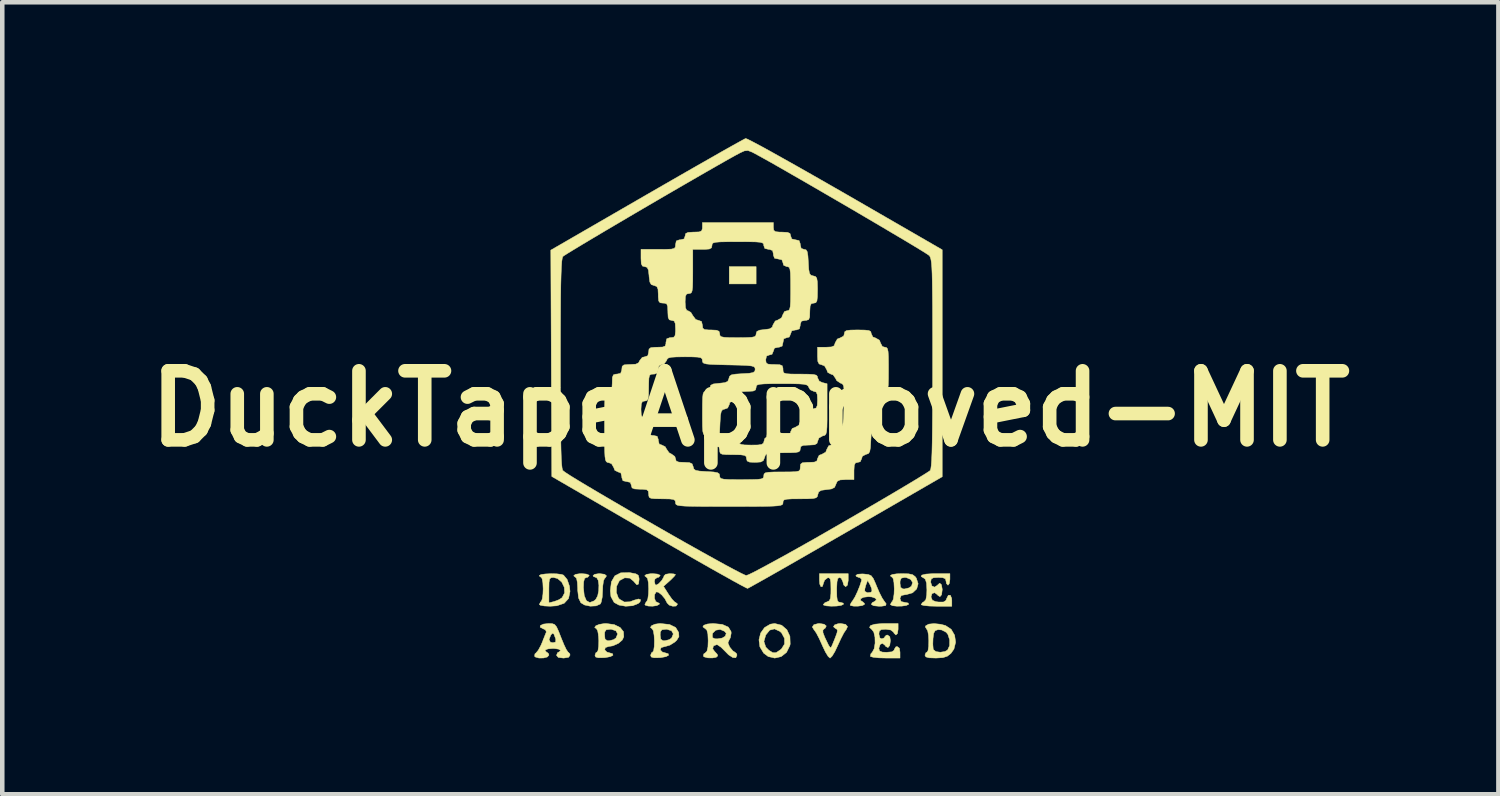
<source format=kicad_pcb>
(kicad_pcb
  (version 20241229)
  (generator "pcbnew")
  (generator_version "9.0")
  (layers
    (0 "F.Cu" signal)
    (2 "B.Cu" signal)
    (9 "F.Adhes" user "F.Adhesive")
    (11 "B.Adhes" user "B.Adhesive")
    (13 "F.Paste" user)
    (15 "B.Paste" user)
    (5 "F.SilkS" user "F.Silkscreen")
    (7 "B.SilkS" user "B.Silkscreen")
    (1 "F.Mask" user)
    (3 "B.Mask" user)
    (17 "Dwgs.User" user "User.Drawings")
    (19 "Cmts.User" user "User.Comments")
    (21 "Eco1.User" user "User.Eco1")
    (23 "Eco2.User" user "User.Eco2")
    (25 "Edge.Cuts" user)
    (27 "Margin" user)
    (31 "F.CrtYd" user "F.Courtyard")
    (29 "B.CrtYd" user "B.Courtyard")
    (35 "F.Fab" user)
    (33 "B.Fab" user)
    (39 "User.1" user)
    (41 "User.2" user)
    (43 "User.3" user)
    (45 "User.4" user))
  (footprint "DuckTapeApproved-MIT"
    (layer "F.Cu")
    (at 13.506 5.966)
    (property "Reference" "DuckTapeApproved-MIT" (at 0 0 0) (layer "F.SilkS") (effects (font (size 1.524 1.524) (thickness 0.3))))
    (attr through_hole)
    (fp_poly (pts (xy 0.127 -2.752) (xy -0.466 -2.752) (xy -0.466 -3.133) (xy 0.127 -3.133) (xy 0.127 -2.752)) (stroke (width 0.01) (type solid)) (fill yes) (layer "F.SilkS"))
    (fp_poly (pts (xy 0.69 4.779) (xy 0.806 4.879) (xy 0.873 5.024) (xy 0.879 5.194) (xy 0.871 5.229) (xy 0.798 5.378) (xy 0.68 5.471) (xy 0.538 5.504) (xy 0.394 5.47) (xy 0.294 5.395) (xy 0.21 5.255) (xy 0.195 5.137) (xy 0.299 5.137) (xy 0.34 5.262) (xy 0.407 5.33) (xy 0.494 5.385) (xy 0.568 5.384) (xy 0.659 5.324) (xy 0.688 5.3) (xy 0.754 5.194) (xy 0.753 5.068) (xy 0.689 4.949) (xy 0.652 4.915) (xy 0.533 4.86) (xy 0.427 4.887) (xy 0.34 4.994) (xy 0.299 5.137) (xy 0.195 5.137) (xy 0.19 5.101) (xy 0.227 4.952) (xy 0.313 4.831) (xy 0.44 4.756) (xy 0.537 4.741) (xy 0.69 4.779)) (stroke (width 0.01) (type solid)) (fill yes) (layer "F.SilkS"))
    (fp_poly (pts (xy -2.644 3.622) (xy -2.527 3.645) (xy -2.472 3.678) (xy -2.456 3.74) (xy -2.455 3.772) (xy -2.468 3.87) (xy -2.505 3.887) (xy -2.565 3.822) (xy -2.573 3.81) (xy -2.659 3.74) (xy -2.772 3.733) (xy -2.879 3.789) (xy -2.893 3.803) (xy -2.951 3.919) (xy -2.957 4.056) (xy -2.912 4.177) (xy -2.886 4.206) (xy -2.78 4.267) (xy -2.658 4.262) (xy -2.563 4.226) (xy -2.468 4.2) (xy -2.421 4.217) (xy -2.435 4.265) (xy -2.474 4.3) (xy -2.597 4.349) (xy -2.751 4.36) (xy -2.901 4.334) (xy -3.006 4.276) (xy -3.076 4.148) (xy -3.09 4.019) (xy -3.066 3.821) (xy -2.99 3.689) (xy -2.86 3.623) (xy -2.673 3.618) (xy -2.644 3.622)) (stroke (width 0.01) (type solid)) (fill yes) (layer "F.SilkS"))
    (fp_poly (pts (xy 2.159 3.792) (xy 2.142 3.895) (xy 2.102 3.929) (xy 2.06 3.891) (xy 2.04 3.817) (xy 2.005 3.744) (xy 1.966 3.725) (xy 1.931 3.746) (xy 1.912 3.82) (xy 1.905 3.959) (xy 1.905 4) (xy 1.908 4.149) (xy 1.919 4.232) (xy 1.946 4.268) (xy 1.992 4.276) (xy 2.051 4.292) (xy 2.053 4.318) (xy 2.002 4.342) (xy 1.902 4.356) (xy 1.785 4.359) (xy 1.68 4.352) (xy 1.616 4.334) (xy 1.609 4.323) (xy 1.644 4.283) (xy 1.693 4.263) (xy 1.741 4.24) (xy 1.766 4.187) (xy 1.777 4.083) (xy 1.778 3.98) (xy 1.775 3.836) (xy 1.762 3.759) (xy 1.735 3.732) (xy 1.704 3.733) (xy 1.64 3.782) (xy 1.616 3.842) (xy 1.591 3.923) (xy 1.558 3.93) (xy 1.531 3.871) (xy 1.524 3.789) (xy 1.524 3.641) (xy 2.159 3.641) (xy 2.159 3.792)) (stroke (width 0.01) (type solid)) (fill yes) (layer "F.SilkS"))
    (fp_poly (pts (xy -4.272 3.645) (xy -4.168 3.658) (xy -4.123 3.673) (xy -4.043 3.769) (xy -3.992 3.915) (xy -3.979 4.033) (xy -4.011 4.189) (xy -4.107 4.294) (xy -4.271 4.35) (xy -4.416 4.36) (xy -4.546 4.354) (xy -4.633 4.338) (xy -4.657 4.32) (xy -4.626 4.263) (xy -4.614 4.255) (xy -4.592 4.201) (xy -4.576 4.09) (xy -4.573 4.005) (xy -4.445 4.005) (xy -4.445 4.285) (xy -4.329 4.256) (xy -4.22 4.215) (xy -4.154 4.171) (xy -4.099 4.066) (xy -4.105 3.943) (xy -4.161 3.828) (xy -4.254 3.748) (xy -4.346 3.725) (xy -4.399 3.731) (xy -4.429 3.76) (xy -4.442 3.832) (xy -4.445 3.966) (xy -4.445 4.005) (xy -4.573 4.005) (xy -4.572 3.977) (xy -4.578 3.843) (xy -4.595 3.752) (xy -4.614 3.725) (xy -4.655 3.693) (xy -4.657 3.683) (xy -4.619 3.661) (xy -4.524 3.648) (xy -4.399 3.642) (xy -4.272 3.645)) (stroke (width 0.01) (type solid)) (fill yes) (layer "F.SilkS"))
    (fp_poly (pts (xy 2.101 4.76) (xy 2.144 4.809) (xy 2.112 4.879) (xy 2.107 4.884) (xy 2.062 4.95) (xy 2 5.07) (xy 1.932 5.217) (xy 1.93 5.222) (xy 1.865 5.36) (xy 1.804 5.46) (xy 1.76 5.503) (xy 1.757 5.503) (xy 1.716 5.467) (xy 1.657 5.371) (xy 1.592 5.235) (xy 1.585 5.218) (xy 1.518 5.07) (xy 1.455 4.95) (xy 1.409 4.884) (xy 1.406 4.882) (xy 1.367 4.818) (xy 1.402 4.767) (xy 1.499 4.742) (xy 1.524 4.741) (xy 1.628 4.757) (xy 1.675 4.795) (xy 1.653 4.842) (xy 1.632 4.856) (xy 1.601 4.887) (xy 1.602 4.942) (xy 1.64 5.041) (xy 1.669 5.102) (xy 1.726 5.22) (xy 1.761 5.271) (xy 1.785 5.263) (xy 1.811 5.207) (xy 1.876 5.046) (xy 1.912 4.947) (xy 1.921 4.892) (xy 1.907 4.865) (xy 1.879 4.851) (xy 1.834 4.813) (xy 1.857 4.773) (xy 1.934 4.746) (xy 1.99 4.741) (xy 2.101 4.76)) (stroke (width 0.01) (type solid)) (fill yes) (layer "F.SilkS"))
    (fp_poly (pts (xy 4.198 4.758) (xy 4.306 4.786) (xy 4.431 4.869) (xy 4.507 5) (xy 4.529 5.154) (xy 4.492 5.305) (xy 4.426 5.399) (xy 4.345 5.463) (xy 4.248 5.494) (xy 4.101 5.503) (xy 4.087 5.503) (xy 3.946 5.498) (xy 3.873 5.478) (xy 3.852 5.44) (xy 3.875 5.383) (xy 3.895 5.376) (xy 3.92 5.339) (xy 3.934 5.245) (xy 3.935 5.202) (xy 4.026 5.202) (xy 4.034 5.299) (xy 4.039 5.318) (xy 4.094 5.361) (xy 4.192 5.375) (xy 4.294 5.359) (xy 4.352 5.326) (xy 4.396 5.23) (xy 4.397 5.103) (xy 4.359 4.983) (xy 4.321 4.935) (xy 4.222 4.883) (xy 4.142 4.876) (xy 4.078 4.898) (xy 4.045 4.956) (xy 4.03 5.074) (xy 4.026 5.202) (xy 3.935 5.202) (xy 3.937 5.123) (xy 3.93 4.999) (xy 3.913 4.902) (xy 3.887 4.859) (xy 3.86 4.816) (xy 3.869 4.792) (xy 3.935 4.755) (xy 4.054 4.743) (xy 4.198 4.758)) (stroke (width 0.01) (type solid)) (fill yes) (layer "F.SilkS"))
    (fp_poly (pts (xy -3.004 4.765) (xy -2.873 4.829) (xy -2.799 4.922) (xy -2.793 5.034) (xy -2.826 5.105) (xy -2.91 5.178) (xy -3.033 5.233) (xy -3.13 5.249) (xy -3.201 5.273) (xy -3.213 5.324) (xy -3.166 5.371) (xy -3.122 5.384) (xy -3.04 5.408) (xy -3.031 5.441) (xy -3.089 5.472) (xy -3.203 5.493) (xy -3.228 5.495) (xy -3.354 5.497) (xy -3.414 5.48) (xy -3.429 5.442) (xy -3.407 5.384) (xy -3.387 5.376) (xy -3.362 5.339) (xy -3.348 5.245) (xy -3.344 5.123) (xy -3.352 4.999) (xy -3.352 4.995) (xy -3.217 4.995) (xy -3.206 5.086) (xy -3.157 5.12) (xy -3.117 5.122) (xy -3.016 5.097) (xy -2.964 5.059) (xy -2.928 4.971) (xy -2.966 4.902) (xy -3.066 4.869) (xy -3.089 4.868) (xy -3.18 4.879) (xy -3.213 4.927) (xy -3.217 4.995) (xy -3.352 4.995) (xy -3.369 4.902) (xy -3.394 4.859) (xy -3.435 4.827) (xy -3.409 4.791) (xy -3.332 4.76) (xy -3.22 4.742) (xy -3.182 4.741) (xy -3.004 4.765)) (stroke (width 0.01) (type solid)) (fill yes) (layer "F.SilkS"))
    (fp_poly (pts (xy -3.216 3.655) (xy -3.174 3.691) (xy -3.206 3.739) (xy -3.217 3.747) (xy -3.24 3.8) (xy -3.256 3.911) (xy -3.26 4.016) (xy -3.268 4.157) (xy -3.29 4.267) (xy -3.31 4.31) (xy -3.403 4.352) (xy -3.532 4.359) (xy -3.659 4.332) (xy -3.74 4.283) (xy -3.79 4.179) (xy -3.81 4.005) (xy -3.81 3.965) (xy -3.817 3.836) (xy -3.834 3.748) (xy -3.852 3.725) (xy -3.893 3.693) (xy -3.895 3.683) (xy -3.857 3.656) (xy -3.763 3.642) (xy -3.725 3.641) (xy -3.619 3.65) (xy -3.56 3.674) (xy -3.556 3.683) (xy -3.59 3.721) (xy -3.619 3.725) (xy -3.658 3.747) (xy -3.678 3.822) (xy -3.683 3.95) (xy -3.665 4.126) (xy -3.617 4.238) (xy -3.543 4.278) (xy -3.449 4.242) (xy -3.411 4.209) (xy -3.369 4.131) (xy -3.346 4.017) (xy -3.342 3.894) (xy -3.357 3.789) (xy -3.391 3.73) (xy -3.408 3.725) (xy -3.464 3.702) (xy -3.471 3.683) (xy -3.434 3.655) (xy -3.343 3.641) (xy -3.323 3.641) (xy -3.216 3.655)) (stroke (width 0.01) (type solid)) (fill yes) (layer "F.SilkS"))
    (fp_poly (pts (xy -1.783 4.763) (xy -1.648 4.829) (xy -1.582 4.938) (xy -1.576 5.031) (xy -1.625 5.111) (xy -1.668 5.151) (xy -1.775 5.218) (xy -1.88 5.249) (xy -1.886 5.249) (xy -1.969 5.273) (xy -1.987 5.324) (xy -1.94 5.372) (xy -1.894 5.384) (xy -1.812 5.408) (xy -1.804 5.441) (xy -1.861 5.472) (xy -1.975 5.493) (xy -2 5.495) (xy -2.126 5.497) (xy -2.187 5.48) (xy -2.201 5.442) (xy -2.179 5.384) (xy -2.159 5.376) (xy -2.134 5.339) (xy -2.12 5.245) (xy -2.117 5.123) (xy -2.124 4.999) (xy -2.125 4.995) (xy -1.99 4.995) (xy -1.978 5.086) (xy -1.93 5.12) (xy -1.889 5.122) (xy -1.788 5.097) (xy -1.736 5.059) (xy -1.7 4.971) (xy -1.738 4.902) (xy -1.838 4.869) (xy -1.861 4.868) (xy -1.952 4.879) (xy -1.986 4.927) (xy -1.99 4.995) (xy -2.125 4.995) (xy -2.141 4.902) (xy -2.166 4.859) (xy -2.205 4.826) (xy -2.178 4.788) (xy -2.103 4.756) (xy -1.998 4.741) (xy -1.99 4.741) (xy -1.783 4.763)) (stroke (width 0.01) (type solid)) (fill yes) (layer "F.SilkS"))
    (fp_poly (pts (xy 3.491 3.645) (xy 3.58 3.664) (xy 3.636 3.706) (xy 3.662 3.741) (xy 3.702 3.864) (xy 3.67 3.978) (xy 3.579 4.064) (xy 3.439 4.104) (xy 3.418 4.105) (xy 3.33 4.123) (xy 3.302 4.182) (xy 3.302 4.191) (xy 3.326 4.257) (xy 3.41 4.276) (xy 3.482 4.289) (xy 3.493 4.318) (xy 3.44 4.343) (xy 3.343 4.357) (xy 3.232 4.359) (xy 3.137 4.348) (xy 3.091 4.325) (xy 3.09 4.32) (xy 3.121 4.263) (xy 3.133 4.255) (xy 3.155 4.201) (xy 3.171 4.09) (xy 3.175 3.977) (xy 3.169 3.852) (xy 3.302 3.852) (xy 3.314 3.943) (xy 3.362 3.977) (xy 3.403 3.979) (xy 3.504 3.954) (xy 3.556 3.916) (xy 3.58 3.837) (xy 3.537 3.768) (xy 3.443 3.728) (xy 3.403 3.725) (xy 3.33 3.74) (xy 3.304 3.801) (xy 3.302 3.852) (xy 3.169 3.852) (xy 3.169 3.843) (xy 3.152 3.752) (xy 3.133 3.725) (xy 3.092 3.693) (xy 3.09 3.683) (xy 3.129 3.66) (xy 3.229 3.645) (xy 3.343 3.641) (xy 3.491 3.645)) (stroke (width 0.01) (type solid)) (fill yes) (layer "F.SilkS"))
    (fp_poly (pts (xy 3.26 4.868) (xy 3.245 4.964) (xy 3.21 4.994) (xy 3.168 4.952) (xy 3.16 4.932) (xy 3.098 4.884) (xy 2.986 4.868) (xy 2.885 4.876) (xy 2.844 4.911) (xy 2.836 4.974) (xy 2.858 5.059) (xy 2.9 5.08) (xy 2.956 5.057) (xy 2.963 5.038) (xy 2.998 5) (xy 3.027 4.995) (xy 3.077 5.033) (xy 3.09 5.12) (xy 3.075 5.226) (xy 3.037 5.272) (xy 2.987 5.247) (xy 2.972 5.223) (xy 2.917 5.179) (xy 2.864 5.202) (xy 2.837 5.281) (xy 2.836 5.294) (xy 2.851 5.348) (xy 2.911 5.372) (xy 3.006 5.376) (xy 3.123 5.366) (xy 3.172 5.331) (xy 3.175 5.313) (xy 3.209 5.257) (xy 3.239 5.249) (xy 3.289 5.287) (xy 3.302 5.376) (xy 3.302 5.503) (xy 2.987 5.503) (xy 2.832 5.499) (xy 2.712 5.486) (xy 2.651 5.469) (xy 2.649 5.466) (xy 2.657 5.412) (xy 2.689 5.376) (xy 2.732 5.297) (xy 2.752 5.175) (xy 2.749 5.042) (xy 2.723 4.93) (xy 2.682 4.876) (xy 2.629 4.826) (xy 2.653 4.785) (xy 2.748 4.756) (xy 2.908 4.742) (xy 2.966 4.741) (xy 3.26 4.741) (xy 3.26 4.868)) (stroke (width 0.01) (type solid)) (fill yes) (layer "F.SilkS"))
    (fp_poly (pts (xy -0.62 4.761) (xy -0.486 4.82) (xy -0.427 4.916) (xy -0.423 4.951) (xy -0.441 5.054) (xy -0.472 5.112) (xy -0.495 5.169) (xy -0.459 5.254) (xy -0.45 5.268) (xy -0.387 5.345) (xy -0.338 5.376) (xy -0.301 5.411) (xy -0.296 5.44) (xy -0.321 5.497) (xy -0.387 5.492) (xy -0.48 5.432) (xy -0.556 5.355) (xy -0.645 5.266) (xy -0.72 5.214) (xy -0.743 5.207) (xy -0.815 5.236) (xy -0.83 5.301) (xy -0.79 5.356) (xy -0.732 5.419) (xy -0.72 5.455) (xy -0.755 5.487) (xy -0.84 5.501) (xy -0.938 5.499) (xy -1.017 5.478) (xy -1.037 5.461) (xy -1.028 5.412) (xy -0.998 5.393) (xy -0.957 5.352) (xy -0.936 5.259) (xy -0.931 5.122) (xy -0.937 4.985) (xy -0.839 4.985) (xy -0.835 5.053) (xy -0.782 5.078) (xy -0.728 5.08) (xy -0.621 5.062) (xy -0.555 5.022) (xy -0.532 4.96) (xy -0.569 4.913) (xy -0.666 4.872) (xy -0.764 4.889) (xy -0.83 4.953) (xy -0.839 4.985) (xy -0.937 4.985) (xy -0.938 4.97) (xy -0.961 4.885) (xy -0.998 4.852) (xy -1.048 4.815) (xy -1.026 4.779) (xy -0.946 4.752) (xy -0.825 4.741) (xy -0.62 4.761)) (stroke (width 0.01) (type solid)) (fill yes) (layer "F.SilkS"))
    (fp_poly (pts (xy 2.506 3.649) (xy 2.603 3.66) (xy 2.666 3.687) (xy 2.713 3.749) (xy 2.765 3.866) (xy 2.785 3.916) (xy 2.847 4.06) (xy 2.907 4.178) (xy 2.946 4.237) (xy 2.997 4.307) (xy 2.984 4.345) (xy 2.898 4.359) (xy 2.836 4.36) (xy 2.721 4.349) (xy 2.669 4.32) (xy 2.689 4.281) (xy 2.733 4.259) (xy 2.781 4.221) (xy 2.759 4.183) (xy 2.681 4.155) (xy 2.603 4.149) (xy 2.496 4.162) (xy 2.434 4.195) (xy 2.433 4.234) (xy 2.474 4.259) (xy 2.519 4.299) (xy 2.516 4.322) (xy 2.466 4.346) (xy 2.376 4.358) (xy 2.28 4.358) (xy 2.213 4.345) (xy 2.201 4.332) (xy 2.226 4.28) (xy 2.258 4.237) (xy 2.307 4.158) (xy 2.364 4.038) (xy 2.386 3.984) (xy 2.524 3.984) (xy 2.526 4.032) (xy 2.583 4.062) (xy 2.656 4.053) (xy 2.682 4.032) (xy 2.678 3.975) (xy 2.645 3.894) (xy 2.588 3.789) (xy 2.548 3.895) (xy 2.524 3.984) (xy 2.386 3.984) (xy 2.416 3.908) (xy 2.45 3.803) (xy 2.455 3.767) (xy 2.421 3.73) (xy 2.392 3.725) (xy 2.336 3.701) (xy 2.328 3.681) (xy 2.367 3.654) (xy 2.468 3.647) (xy 2.506 3.649)) (stroke (width 0.01) (type solid)) (fill yes) (layer "F.SilkS"))
    (fp_poly (pts (xy 4.403 3.768) (xy 4.39 3.857) (xy 4.361 3.895) (xy 4.36 3.895) (xy 4.326 3.859) (xy 4.318 3.81) (xy 4.304 3.755) (xy 4.246 3.73) (xy 4.149 3.725) (xy 4.04 3.731) (xy 3.991 3.758) (xy 3.979 3.822) (xy 3.979 3.831) (xy 4.005 3.912) (xy 4.063 3.939) (xy 4.124 3.9) (xy 4.128 3.895) (xy 4.177 3.851) (xy 4.215 3.883) (xy 4.233 3.981) (xy 4.233 4) (xy 4.219 4.107) (xy 4.183 4.149) (xy 4.135 4.118) (xy 4.128 4.106) (xy 4.066 4.061) (xy 4.008 4.081) (xy 3.986 4.153) (xy 3.987 4.159) (xy 4.015 4.227) (xy 4.09 4.259) (xy 4.154 4.267) (xy 4.261 4.267) (xy 4.314 4.233) (xy 4.33 4.193) (xy 4.368 4.118) (xy 4.412 4.117) (xy 4.441 4.184) (xy 4.445 4.233) (xy 4.445 4.36) (xy 4.106 4.36) (xy 3.949 4.356) (xy 3.831 4.344) (xy 3.771 4.328) (xy 3.768 4.323) (xy 3.801 4.276) (xy 3.831 4.26) (xy 3.872 4.215) (xy 3.891 4.11) (xy 3.895 4) (xy 3.887 3.848) (xy 3.86 3.764) (xy 3.831 3.741) (xy 3.768 3.703) (xy 3.783 3.673) (xy 3.873 3.651) (xy 4.03 3.641) (xy 4.085 3.641) (xy 4.403 3.641) (xy 4.403 3.768)) (stroke (width 0.01) (type solid)) (fill yes) (layer "F.SilkS"))
    (fp_poly (pts (xy -4.373 4.744) (xy -4.319 4.763) (xy -4.276 4.815) (xy -4.23 4.916) (xy -4.174 5.059) (xy -4.113 5.207) (xy -4.06 5.318) (xy -4.022 5.373) (xy -4.016 5.376) (xy -3.983 5.411) (xy -3.979 5.44) (xy -4.011 5.487) (xy -4.114 5.503) (xy -4.128 5.503) (xy -4.237 5.49) (xy -4.275 5.446) (xy -4.276 5.44) (xy -4.253 5.383) (xy -4.233 5.376) (xy -4.192 5.344) (xy -4.191 5.334) (xy -4.229 5.307) (xy -4.322 5.293) (xy -4.36 5.292) (xy -4.466 5.301) (xy -4.525 5.325) (xy -4.53 5.334) (xy -4.497 5.375) (xy -4.487 5.376) (xy -4.45 5.411) (xy -4.445 5.44) (xy -4.481 5.48) (xy -4.565 5.502) (xy -4.664 5.503) (xy -4.742 5.481) (xy -4.761 5.464) (xy -4.753 5.411) (xy -4.729 5.39) (xy -4.68 5.332) (xy -4.622 5.225) (xy -4.596 5.165) (xy -4.568 5.095) (xy -4.442 5.095) (xy -4.413 5.153) (xy -4.357 5.165) (xy -4.296 5.15) (xy -4.293 5.09) (xy -4.299 5.069) (xy -4.335 4.974) (xy -4.368 4.955) (xy -4.404 4.997) (xy -4.442 5.095) (xy -4.568 5.095) (xy -4.548 5.043) (xy -4.511 4.951) (xy -4.501 4.927) (xy -4.521 4.881) (xy -4.574 4.856) (xy -4.638 4.822) (xy -4.632 4.785) (xy -4.566 4.754) (xy -4.452 4.741) (xy -4.373 4.744)) (stroke (width 0.01) (type solid)) (fill yes) (layer "F.SilkS"))
    (fp_poly (pts (xy -1.689 3.647) (xy -1.651 3.662) (xy -1.651 3.662) (xy -1.68 3.701) (xy -1.751 3.773) (xy -1.784 3.803) (xy -1.916 3.921) (xy -1.804 4.098) (xy -1.732 4.201) (xy -1.671 4.265) (xy -1.65 4.276) (xy -1.61 4.308) (xy -1.609 4.318) (xy -1.64 4.356) (xy -1.712 4.36) (xy -1.79 4.335) (xy -1.838 4.286) (xy -1.839 4.283) (xy -1.886 4.193) (xy -1.957 4.108) (xy -2.03 4.051) (xy -2.077 4.044) (xy -2.113 4.103) (xy -2.115 4.187) (xy -2.087 4.257) (xy -2.051 4.276) (xy -2.007 4.296) (xy -2.011 4.318) (xy -2.064 4.346) (xy -2.156 4.359) (xy -2.252 4.356) (xy -2.317 4.337) (xy -2.328 4.32) (xy -2.298 4.263) (xy -2.286 4.255) (xy -2.263 4.201) (xy -2.248 4.09) (xy -2.244 3.977) (xy -2.25 3.843) (xy -2.267 3.752) (xy -2.286 3.725) (xy -2.327 3.693) (xy -2.328 3.683) (xy -2.291 3.656) (xy -2.197 3.642) (xy -2.159 3.641) (xy -2.053 3.65) (xy -1.994 3.674) (xy -1.99 3.683) (xy -2.024 3.721) (xy -2.053 3.725) (xy -2.105 3.761) (xy -2.117 3.81) (xy -2.102 3.879) (xy -2.081 3.895) (xy -2.022 3.863) (xy -1.955 3.791) (xy -1.91 3.714) (xy -1.905 3.69) (xy -1.868 3.655) (xy -1.78 3.641) (xy -1.778 3.641) (xy -1.689 3.647)) (stroke (width 0.01) (type solid)) (fill yes) (layer "F.SilkS"))
    (fp_poly (pts (xy -0.057 -5.943) (xy 0.055 -5.886) (xy 0.228 -5.794) (xy 0.454 -5.67) (xy 0.726 -5.518) (xy 1.039 -5.342) (xy 1.385 -5.146) (xy 1.757 -4.933) (xy 2.094 -4.74) (xy 4.233 -3.505) (xy 4.233 -1.001) (xy 4.233 1.503) (xy 2.108 2.731) (xy 1.719 2.955) (xy 1.352 3.166) (xy 1.013 3.361) (xy 0.709 3.535) (xy 0.445 3.685) (xy 0.23 3.806) (xy 0.069 3.896) (xy -0.03 3.951) (xy -0.062 3.967) (xy -0.105 3.947) (xy -0.216 3.889) (xy -0.386 3.796) (xy -0.609 3.671) (xy -0.88 3.519) (xy -1.191 3.342) (xy -1.535 3.145) (xy -1.906 2.931) (xy -2.244 2.736) (xy -4.381 1.497) (xy -4.392 -0.995) (xy -4.191 -0.995) (xy -4.191 -0.468) (xy -4.189 -0.02) (xy -4.187 0.354) (xy -4.183 0.66) (xy -4.178 0.903) (xy -4.172 1.089) (xy -4.164 1.223) (xy -4.154 1.311) (xy -4.142 1.358) (xy -4.138 1.365) (xy -4.088 1.404) (xy -3.973 1.479) (xy -3.801 1.585) (xy -3.581 1.717) (xy -3.321 1.871) (xy -3.029 2.042) (xy -2.714 2.226) (xy -2.383 2.416) (xy -2.046 2.609) (xy -1.711 2.801) (xy -1.386 2.985) (xy -1.079 3.157) (xy -0.798 3.313) (xy -0.553 3.448) (xy -0.351 3.556) (xy -0.201 3.634) (xy -0.111 3.676) (xy -0.09 3.682) (xy -0.035 3.662) (xy 0.086 3.603) (xy 0.266 3.508) (xy 0.497 3.383) (xy 0.773 3.232) (xy 1.086 3.057) (xy 1.43 2.863) (xy 1.796 2.653) (xy 1.963 2.557) (xy 2.336 2.341) (xy 2.688 2.136) (xy 3.011 1.947) (xy 3.299 1.777) (xy 3.545 1.63) (xy 3.741 1.511) (xy 3.881 1.424) (xy 3.957 1.374) (xy 3.969 1.364) (xy 3.981 1.329) (xy 3.991 1.256) (xy 4 1.138) (xy 4.007 0.971) (xy 4.012 0.748) (xy 4.016 0.465) (xy 4.019 0.115) (xy 4.021 -0.307) (xy 4.022 -0.806) (xy 4.022 -0.998) (xy 4.022 -1.499) (xy 4.021 -1.923) (xy 4.02 -2.275) (xy 4.017 -2.563) (xy 4.014 -2.794) (xy 4.01 -2.975) (xy 4.004 -3.112) (xy 3.996 -3.212) (xy 3.986 -3.282) (xy 3.974 -3.329) (xy 3.96 -3.36) (xy 3.948 -3.377) (xy 3.901 -3.41) (xy 3.79 -3.48) (xy 3.622 -3.582) (xy 3.406 -3.712) (xy 3.149 -3.864) (xy 2.862 -4.034) (xy 2.551 -4.217) (xy 2.226 -4.408) (xy 1.894 -4.601) (xy 1.564 -4.793) (xy 1.245 -4.978) (xy 0.944 -5.151) (xy 0.671 -5.308) (xy 0.434 -5.443) (xy 0.24 -5.551) (xy 0.099 -5.628) (xy 0.04 -5.659) (xy -0.052 -5.695) (xy -0.132 -5.687) (xy -0.22 -5.647) (xy -0.335 -5.586) (xy -0.505 -5.491) (xy -0.723 -5.367) (xy -0.98 -5.22) (xy -1.268 -5.054) (xy -1.579 -4.874) (xy -1.905 -4.685) (xy -2.237 -4.491) (xy -2.567 -4.298) (xy -2.886 -4.11) (xy -3.187 -3.933) (xy -3.461 -3.77) (xy -3.699 -3.628) (xy -3.894 -3.51) (xy -4.038 -3.422) (xy -4.121 -3.369) (xy -4.138 -3.355) (xy -4.15 -3.32) (xy -4.161 -3.247) (xy -4.169 -3.128) (xy -4.176 -2.96) (xy -4.182 -2.736) (xy -4.186 -2.452) (xy -4.188 -2.101) (xy -4.19 -1.678) (xy -4.191 -1.178) (xy -4.191 -0.995) (xy -4.392 -0.995) (xy -4.392 -1) (xy -4.403 -3.497) (xy -2.282 -4.723) (xy -1.893 -4.947) (xy -1.526 -5.158) (xy -1.186 -5.353) (xy -0.88 -5.527) (xy -0.616 -5.678) (xy -0.399 -5.8) (xy -0.237 -5.89) (xy -0.136 -5.945) (xy -0.103 -5.961) (xy -0.057 -5.943)) (stroke (width 0.01) (type solid)) (fill yes) (layer "F.SilkS"))
    (fp_poly (pts (xy 0.508 -4) (xy 0.516 -3.935) (xy 0.555 -3.904) (xy 0.647 -3.895) (xy 0.699 -3.895) (xy 0.818 -3.889) (xy 0.874 -3.866) (xy 0.889 -3.816) (xy 0.889 -3.81) (xy 0.914 -3.744) (xy 0.995 -3.725) (xy 1.075 -3.708) (xy 1.1 -3.639) (xy 1.101 -3.619) (xy 1.121 -3.536) (xy 1.183 -3.514) (xy 1.228 -3.504) (xy 1.255 -3.462) (xy 1.27 -3.371) (xy 1.279 -3.228) (xy 1.288 -3.075) (xy 1.304 -2.987) (xy 1.333 -2.945) (xy 1.383 -2.929) (xy 1.386 -2.929) (xy 1.437 -2.915) (xy 1.465 -2.878) (xy 1.478 -2.8) (xy 1.482 -2.66) (xy 1.482 -2.622) (xy 1.479 -2.467) (xy 1.469 -2.379) (xy 1.445 -2.338) (xy 1.402 -2.328) (xy 1.397 -2.328) (xy 1.344 -2.316) (xy 1.319 -2.264) (xy 1.312 -2.152) (xy 1.312 -2.138) (xy 1.308 -2.02) (xy 1.286 -1.965) (xy 1.235 -1.948) (xy 1.206 -1.947) (xy 1.126 -1.93) (xy 1.101 -1.861) (xy 1.101 -1.841) (xy 1.083 -1.761) (xy 1.014 -1.736) (xy 0.995 -1.736) (xy 0.912 -1.716) (xy 0.889 -1.651) (xy 0.859 -1.58) (xy 0.804 -1.566) (xy 0.738 -1.542) (xy 0.72 -1.46) (xy 0.702 -1.38) (xy 0.633 -1.355) (xy 0.614 -1.355) (xy 0.531 -1.335) (xy 0.508 -1.27) (xy 0.478 -1.199) (xy 0.423 -1.185) (xy 0.357 -1.161) (xy 0.339 -1.079) (xy 0.347 -1.014) (xy 0.385 -0.983) (xy 0.478 -0.974) (xy 0.529 -0.974) (xy 0.647 -0.969) (xy 0.702 -0.948) (xy 0.719 -0.896) (xy 0.72 -0.868) (xy 0.723 -0.818) (xy 0.743 -0.787) (xy 0.796 -0.77) (xy 0.899 -0.763) (xy 1.067 -0.762) (xy 1.101 -0.762) (xy 1.282 -0.76) (xy 1.395 -0.753) (xy 1.455 -0.738) (xy 1.479 -0.71) (xy 1.482 -0.682) (xy 1.52 -0.607) (xy 1.587 -0.575) (xy 1.693 -0.549) (xy 1.693 0.019) (xy 1.693 0.248) (xy 1.69 0.405) (xy 1.682 0.505) (xy 1.667 0.562) (xy 1.643 0.589) (xy 1.607 0.599) (xy 1.598 0.6) (xy 1.512 0.649) (xy 1.489 0.709) (xy 1.469 0.769) (xy 1.415 0.797) (xy 1.304 0.804) (xy 1.288 0.804) (xy 1.17 0.81) (xy 1.115 0.834) (xy 1.101 0.885) (xy 1.101 0.889) (xy 1.094 0.929) (xy 1.064 0.954) (xy 0.995 0.968) (xy 0.87 0.973) (xy 0.72 0.974) (xy 0.54 0.975) (xy 0.426 0.981) (xy 0.363 0.997) (xy 0.331 1.027) (xy 0.314 1.077) (xy 0.314 1.079) (xy 0.286 1.146) (xy 0.23 1.177) (xy 0.12 1.185) (xy 0.101 1.185) (xy -0.016 1.18) (xy -0.071 1.155) (xy -0.085 1.103) (xy -0.085 1.101) (xy -0.093 1.056) (xy -0.129 1.031) (xy -0.211 1.019) (xy -0.357 1.016) (xy -0.381 1.016) (xy -0.536 1.014) (xy -0.624 1.005) (xy -0.665 0.982) (xy -0.677 0.938) (xy -0.677 0.91) (xy -0.698 0.826) (xy -0.757 0.804) (xy -0.833 0.766) (xy -0.864 0.699) (xy -0.916 0.611) (xy -0.974 0.593) (xy -0.681 0.593) (xy -0.49 0.593) (xy -0.369 0.598) (xy -0.306 0.624) (xy -0.276 0.682) (xy -0.271 0.699) (xy -0.25 0.756) (xy -0.21 0.788) (xy -0.129 0.801) (xy 0.014 0.804) (xy 0.023 0.804) (xy 0.169 0.802) (xy 0.252 0.789) (xy 0.29 0.76) (xy 0.304 0.709) (xy 0.319 0.658) (xy 0.359 0.628) (xy 0.444 0.611) (xy 0.592 0.602) (xy 0.603 0.601) (xy 0.757 0.592) (xy 0.844 0.575) (xy 0.882 0.547) (xy 0.889 0.509) (xy 0.925 0.437) (xy 0.984 0.416) (xy 1.07 0.367) (xy 1.093 0.307) (xy 1.135 0.227) (xy 1.187 0.212) (xy 1.263 0.173) (xy 1.295 0.106) (xy 1.346 0.019) (xy 1.402 0) (xy 1.452 -0.014) (xy 1.476 -0.07) (xy 1.482 -0.19) (xy 1.482 -0.191) (xy 1.476 -0.31) (xy 1.453 -0.366) (xy 1.402 -0.381) (xy 1.4 -0.381) (xy 1.322 -0.416) (xy 1.291 -0.466) (xy 1.275 -0.5) (xy 1.242 -0.523) (xy 1.18 -0.538) (xy 1.073 -0.546) (xy 0.908 -0.55) (xy 0.696 -0.55) (xy 0.467 -0.55) (xy 0.309 -0.546) (xy 0.21 -0.538) (xy 0.155 -0.524) (xy 0.132 -0.5) (xy 0.127 -0.467) (xy 0.127 -0.466) (xy 0.114 -0.413) (xy 0.063 -0.388) (xy -0.05 -0.381) (xy -0.063 -0.381) (xy -0.183 -0.375) (xy -0.245 -0.349) (xy -0.275 -0.289) (xy -0.279 -0.275) (xy -0.33 -0.189) (xy -0.386 -0.169) (xy -0.453 -0.137) (xy -0.466 -0.088) (xy -0.501 -0.014) (xy -0.561 0.008) (xy -0.612 0.023) (xy -0.642 0.063) (xy -0.659 0.147) (xy -0.668 0.296) (xy -0.669 0.307) (xy -0.681 0.593) (xy -0.974 0.593) (xy -1.011 0.587) (xy -1.034 0.562) (xy -1.049 0.502) (xy -1.056 0.393) (xy -1.058 0.221) (xy -1.058 0.106) (xy -1.057 -0.103) (xy -1.053 -0.242) (xy -1.043 -0.325) (xy -1.024 -0.366) (xy -0.994 -0.38) (xy -0.974 -0.381) (xy -0.903 -0.411) (xy -0.889 -0.463) (xy -0.875 -0.515) (xy -0.818 -0.544) (xy -0.698 -0.558) (xy -0.688 -0.559) (xy -0.563 -0.573) (xy -0.499 -0.601) (xy -0.475 -0.656) (xy -0.474 -0.665) (xy -0.458 -0.715) (xy -0.417 -0.745) (xy -0.329 -0.761) (xy -0.177 -0.771) (xy -0.177 -0.771) (xy -0.025 -0.78) (xy 0.06 -0.796) (xy 0.098 -0.824) (xy 0.106 -0.868) (xy 0.101 -0.902) (xy 0.078 -0.926) (xy 0.023 -0.942) (xy -0.076 -0.952) (xy -0.233 -0.959) (xy -0.461 -0.964) (xy -0.476 -0.964) (xy -0.709 -0.97) (xy -0.869 -0.976) (xy -0.972 -0.986) (xy -1.028 -1.002) (xy -1.053 -1.025) (xy -1.058 -1.059) (xy -1.058 -1.06) (xy -1.065 -1.099) (xy -1.095 -1.124) (xy -1.166 -1.137) (xy -1.292 -1.142) (xy -1.443 -1.143) (xy -1.627 -1.141) (xy -1.743 -1.134) (xy -1.808 -1.118) (xy -1.839 -1.088) (xy -1.85 -1.058) (xy -1.902 -0.989) (xy -1.952 -0.974) (xy -2.016 -0.946) (xy -2.032 -0.868) (xy -2.049 -0.787) (xy -2.118 -0.762) (xy -2.138 -0.762) (xy -2.193 -0.758) (xy -2.225 -0.732) (xy -2.239 -0.667) (xy -2.243 -0.545) (xy -2.244 -0.466) (xy -2.246 -0.31) (xy -2.256 -0.221) (xy -2.28 -0.18) (xy -2.322 -0.169) (xy -2.328 -0.169) (xy -2.381 -0.157) (xy -2.406 -0.105) (xy -2.413 0.007) (xy -2.413 0.021) (xy -2.407 0.14) (xy -2.384 0.197) (xy -2.334 0.212) (xy -2.328 0.212) (xy -2.275 0.224) (xy -2.25 0.276) (xy -2.244 0.388) (xy -2.244 0.402) (xy -2.239 0.52) (xy -2.218 0.575) (xy -2.166 0.592) (xy -2.138 0.593) (xy -2.057 0.61) (xy -2.032 0.679) (xy -2.032 0.699) (xy -2.011 0.783) (xy -1.952 0.804) (xy -1.878 0.841) (xy -1.85 0.892) (xy -1.793 0.974) (xy -1.739 1.003) (xy -1.667 1.055) (xy -1.651 1.106) (xy -1.637 1.156) (xy -1.579 1.18) (xy -1.463 1.185) (xy -1.345 1.191) (xy -1.286 1.217) (xy -1.264 1.273) (xy -1.262 1.281) (xy -1.247 1.332) (xy -1.207 1.362) (xy -1.123 1.378) (xy -0.974 1.388) (xy -0.963 1.388) (xy -0.81 1.398) (xy -0.724 1.414) (xy -0.685 1.442) (xy -0.677 1.484) (xy -0.672 1.519) (xy -0.645 1.543) (xy -0.584 1.557) (xy -0.474 1.564) (xy -0.299 1.566) (xy -0.191 1.566) (xy 0.019 1.565) (xy 0.158 1.561) (xy 0.24 1.551) (xy 0.281 1.532) (xy 0.295 1.502) (xy 0.296 1.482) (xy 0.302 1.442) (xy 0.331 1.417) (xy 0.398 1.404) (xy 0.519 1.398) (xy 0.699 1.397) (xy 0.885 1.396) (xy 1.002 1.391) (xy 1.067 1.378) (xy 1.094 1.352) (xy 1.101 1.309) (xy 1.101 1.291) (xy 1.109 1.226) (xy 1.147 1.195) (xy 1.24 1.186) (xy 1.291 1.185) (xy 1.411 1.18) (xy 1.467 1.156) (xy 1.482 1.106) (xy 1.482 1.104) (xy 1.517 1.03) (xy 1.577 1.008) (xy 1.663 0.96) (xy 1.686 0.9) (xy 1.728 0.82) (xy 1.781 0.804) (xy 1.833 0.791) (xy 1.857 0.735) (xy 1.863 0.617) (xy 1.863 0.617) (xy 1.869 0.498) (xy 1.894 0.439) (xy 1.95 0.417) (xy 1.958 0.416) (xy 1.999 0.406) (xy 2.027 0.379) (xy 2.045 0.321) (xy 2.055 0.217) (xy 2.062 0.051) (xy 2.065 -0.069) (xy 2.069 -0.274) (xy 2.068 -0.41) (xy 2.059 -0.493) (xy 2.04 -0.536) (xy 2.009 -0.557) (xy 1.988 -0.563) (xy 1.905 -0.619) (xy 1.876 -0.674) (xy 1.826 -0.745) (xy 1.776 -0.762) (xy 1.707 -0.799) (xy 1.686 -0.857) (xy 1.637 -0.943) (xy 1.577 -0.966) (xy 1.517 -0.986) (xy 1.489 -1.04) (xy 1.482 -1.152) (xy 1.482 -1.167) (xy 1.482 -1.355) (xy 1.669 -1.355) (xy 1.788 -1.361) (xy 1.847 -1.386) (xy 1.869 -1.442) (xy 1.87 -1.45) (xy 1.919 -1.536) (xy 1.979 -1.559) (xy 2.059 -1.601) (xy 2.074 -1.654) (xy 2.083 -1.697) (xy 2.121 -1.722) (xy 2.207 -1.733) (xy 2.359 -1.736) (xy 2.371 -1.736) (xy 2.527 -1.733) (xy 2.616 -1.723) (xy 2.657 -1.699) (xy 2.667 -1.657) (xy 2.667 -1.654) (xy 2.703 -1.581) (xy 2.762 -1.559) (xy 2.848 -1.51) (xy 2.871 -1.45) (xy 2.913 -1.37) (xy 2.966 -1.355) (xy 3.001 -1.349) (xy 3.025 -1.322) (xy 3.039 -1.259) (xy 3.046 -1.147) (xy 3.048 -0.971) (xy 3.048 -0.868) (xy 3.047 -0.659) (xy 3.043 -0.52) (xy 3.032 -0.437) (xy 3.014 -0.396) (xy 2.984 -0.382) (xy 2.963 -0.381) (xy 2.924 -0.375) (xy 2.899 -0.346) (xy 2.886 -0.279) (xy 2.88 -0.158) (xy 2.879 0.021) (xy 2.878 0.207) (xy 2.873 0.325) (xy 2.859 0.39) (xy 2.833 0.417) (xy 2.791 0.423) (xy 2.775 0.423) (xy 2.719 0.429) (xy 2.687 0.457) (xy 2.67 0.528) (xy 2.661 0.66) (xy 2.658 0.709) (xy 2.649 0.862) (xy 2.633 0.95) (xy 2.604 0.992) (xy 2.554 1.008) (xy 2.551 1.008) (xy 2.471 1.05) (xy 2.455 1.104) (xy 2.424 1.172) (xy 2.371 1.185) (xy 2.318 1.198) (xy 2.293 1.25) (xy 2.286 1.362) (xy 2.286 1.376) (xy 2.286 1.566) (xy 2.1 1.566) (xy 1.981 1.573) (xy 1.92 1.6) (xy 1.89 1.662) (xy 1.888 1.67) (xy 1.857 1.738) (xy 1.79 1.772) (xy 1.683 1.786) (xy 1.565 1.802) (xy 1.508 1.837) (xy 1.489 1.894) (xy 1.478 1.94) (xy 1.448 1.968) (xy 1.383 1.983) (xy 1.265 1.989) (xy 1.098 1.99) (xy 0.918 1.991) (xy 0.806 1.998) (xy 0.746 2.013) (xy 0.723 2.042) (xy 0.72 2.074) (xy 0.717 2.099) (xy 0.703 2.119) (xy 0.669 2.133) (xy 0.604 2.144) (xy 0.501 2.151) (xy 0.349 2.156) (xy 0.14 2.158) (xy -0.136 2.159) (xy -0.466 2.159) (xy -0.813 2.159) (xy -1.085 2.158) (xy -1.291 2.155) (xy -1.439 2.151) (xy -1.54 2.143) (xy -1.603 2.133) (xy -1.636 2.118) (xy -1.649 2.098) (xy -1.651 2.074) (xy -1.659 2.03) (xy -1.695 2.004) (xy -1.777 1.993) (xy -1.924 1.99) (xy -1.947 1.99) (xy -2.102 1.988) (xy -2.191 1.979) (xy -2.232 1.956) (xy -2.243 1.912) (xy -2.244 1.884) (xy -2.252 1.819) (xy -2.29 1.788) (xy -2.383 1.778) (xy -2.434 1.778) (xy -2.553 1.772) (xy -2.61 1.749) (xy -2.625 1.699) (xy -2.625 1.693) (xy -2.649 1.627) (xy -2.731 1.609) (xy -2.811 1.591) (xy -2.836 1.522) (xy -2.836 1.503) (xy -2.857 1.419) (xy -2.918 1.397) (xy -2.991 1.361) (xy -3.013 1.302) (xy -3.062 1.216) (xy -3.122 1.193) (xy -3.156 1.186) (xy -3.18 1.169) (xy -3.197 1.129) (xy -3.208 1.056) (xy -3.214 0.938) (xy -3.217 0.763) (xy -3.217 0.52) (xy -3.217 0.399) (xy -3.217 0.125) (xy -3.215 -0.077) (xy -3.21 -0.216) (xy -3.201 -0.305) (xy -3.187 -0.354) (xy -3.167 -0.376) (xy -3.138 -0.381) (xy -3.133 -0.381) (xy -3.08 -0.393) (xy -3.055 -0.445) (xy -3.048 -0.558) (xy -3.048 -0.572) (xy -3.044 -0.689) (xy -3.022 -0.745) (xy -2.971 -0.761) (xy -2.942 -0.762) (xy -2.862 -0.779) (xy -2.837 -0.848) (xy -2.836 -0.868) (xy -2.828 -0.934) (xy -2.788 -0.965) (xy -2.694 -0.973) (xy -2.651 -0.974) (xy -2.528 -0.981) (xy -2.466 -1.011) (xy -2.443 -1.058) (xy -2.386 -1.13) (xy -2.332 -1.143) (xy -2.263 -1.166) (xy -2.244 -1.248) (xy -2.244 -1.249) (xy -2.236 -1.314) (xy -2.197 -1.345) (xy -2.105 -1.354) (xy -2.053 -1.355) (xy -1.936 -1.359) (xy -1.88 -1.381) (xy -1.863 -1.432) (xy -1.863 -1.46) (xy -1.845 -1.541) (xy -1.776 -1.566) (xy -1.757 -1.566) (xy -1.692 -1.574) (xy -1.661 -1.613) (xy -1.651 -1.705) (xy -1.651 -1.757) (xy -1.657 -1.876) (xy -1.68 -1.932) (xy -1.73 -1.947) (xy -1.736 -1.947) (xy -1.789 -1.96) (xy -1.814 -2.012) (xy -1.82 -2.124) (xy -1.82 -2.138) (xy -1.825 -2.255) (xy -1.846 -2.311) (xy -1.898 -2.328) (xy -1.926 -2.328) (xy -1.992 -2.336) (xy -2.002 -2.349) (xy -1.439 -2.349) (xy -1.431 -2.225) (xy -1.403 -2.167) (xy -1.375 -2.159) (xy -1.313 -2.124) (xy -1.27 -2.053) (xy -1.206 -1.967) (xy -1.144 -1.947) (xy -1.077 -1.923) (xy -1.058 -1.841) (xy -1.05 -1.776) (xy -1.012 -1.745) (xy -0.919 -1.736) (xy -0.868 -1.736) (xy -0.749 -1.73) (xy -0.692 -1.707) (xy -0.677 -1.657) (xy -0.677 -1.651) (xy -0.671 -1.612) (xy -0.643 -1.587) (xy -0.576 -1.573) (xy -0.455 -1.567) (xy -0.275 -1.566) (xy -0.088 -1.568) (xy 0.03 -1.574) (xy 0.095 -1.588) (xy 0.122 -1.614) (xy 0.127 -1.649) (xy 0.144 -1.703) (xy 0.207 -1.732) (xy 0.307 -1.744) (xy 0.425 -1.76) (xy 0.482 -1.796) (xy 0.5 -1.849) (xy 0.549 -1.933) (xy 0.606 -1.955) (xy 0.689 -2.004) (xy 0.712 -2.064) (xy 0.754 -2.143) (xy 0.807 -2.159) (xy 0.842 -2.165) (xy 0.866 -2.192) (xy 0.88 -2.254) (xy 0.887 -2.366) (xy 0.889 -2.543) (xy 0.889 -2.646) (xy 0.888 -2.855) (xy 0.884 -2.994) (xy 0.873 -3.077) (xy 0.855 -3.118) (xy 0.825 -3.132) (xy 0.804 -3.133) (xy 0.734 -3.163) (xy 0.72 -3.217) (xy 0.695 -3.284) (xy 0.614 -3.302) (xy 0.533 -3.319) (xy 0.508 -3.388) (xy 0.508 -3.408) (xy 0.491 -3.488) (xy 0.422 -3.513) (xy 0.402 -3.514) (xy 0.319 -3.534) (xy 0.296 -3.598) (xy 0.292 -3.632) (xy 0.269 -3.656) (xy 0.216 -3.671) (xy 0.118 -3.679) (xy -0.038 -3.682) (xy -0.264 -3.683) (xy -0.275 -3.683) (xy -0.505 -3.682) (xy -0.663 -3.679) (xy -0.763 -3.671) (xy -0.818 -3.657) (xy -0.842 -3.634) (xy -0.847 -3.6) (xy -0.847 -3.598) (xy -0.858 -3.548) (xy -0.905 -3.522) (xy -1.009 -3.514) (xy -1.058 -3.514) (xy -1.27 -3.514) (xy -1.27 -3.027) (xy -1.271 -2.818) (xy -1.275 -2.679) (xy -1.286 -2.596) (xy -1.304 -2.555) (xy -1.334 -2.541) (xy -1.355 -2.54) (xy -1.408 -2.528) (xy -1.433 -2.476) (xy -1.439 -2.363) (xy -1.439 -2.349) (xy -2.002 -2.349) (xy -2.023 -2.376) (xy -2.032 -2.469) (xy -2.032 -2.516) (xy -2.038 -2.635) (xy -2.063 -2.693) (xy -2.119 -2.716) (xy -2.127 -2.717) (xy -2.187 -2.738) (xy -2.218 -2.794) (xy -2.234 -2.908) (xy -2.235 -2.932) (xy -2.249 -3.056) (xy -2.277 -3.116) (xy -2.327 -3.133) (xy -2.331 -3.133) (xy -2.382 -3.146) (xy -2.407 -3.2) (xy -2.413 -3.316) (xy -2.413 -3.323) (xy -2.413 -3.514) (xy -2.032 -3.514) (xy -1.852 -3.515) (xy -1.74 -3.52) (xy -1.68 -3.535) (xy -1.656 -3.563) (xy -1.651 -3.61) (xy -1.651 -3.619) (xy -1.634 -3.7) (xy -1.565 -3.725) (xy -1.545 -3.725) (xy -1.462 -3.745) (xy -1.439 -3.81) (xy -1.427 -3.863) (xy -1.375 -3.888) (xy -1.263 -3.895) (xy -1.249 -3.895) (xy -1.131 -3.899) (xy -1.076 -3.921) (xy -1.059 -3.972) (xy -1.058 -4) (xy -1.058 -4.106) (xy 0.508 -4.106) (xy 0.508 -4)) (stroke (width 0.01) (type solid)) (fill yes) (layer "F.SilkS")))
  (gr_rect
    (start -3 -3)
    (end 30.011 14.475)
    (stroke (width 0.1) (type default))
    (fill no)
    (layer "Edge.Cuts")))
</source>
